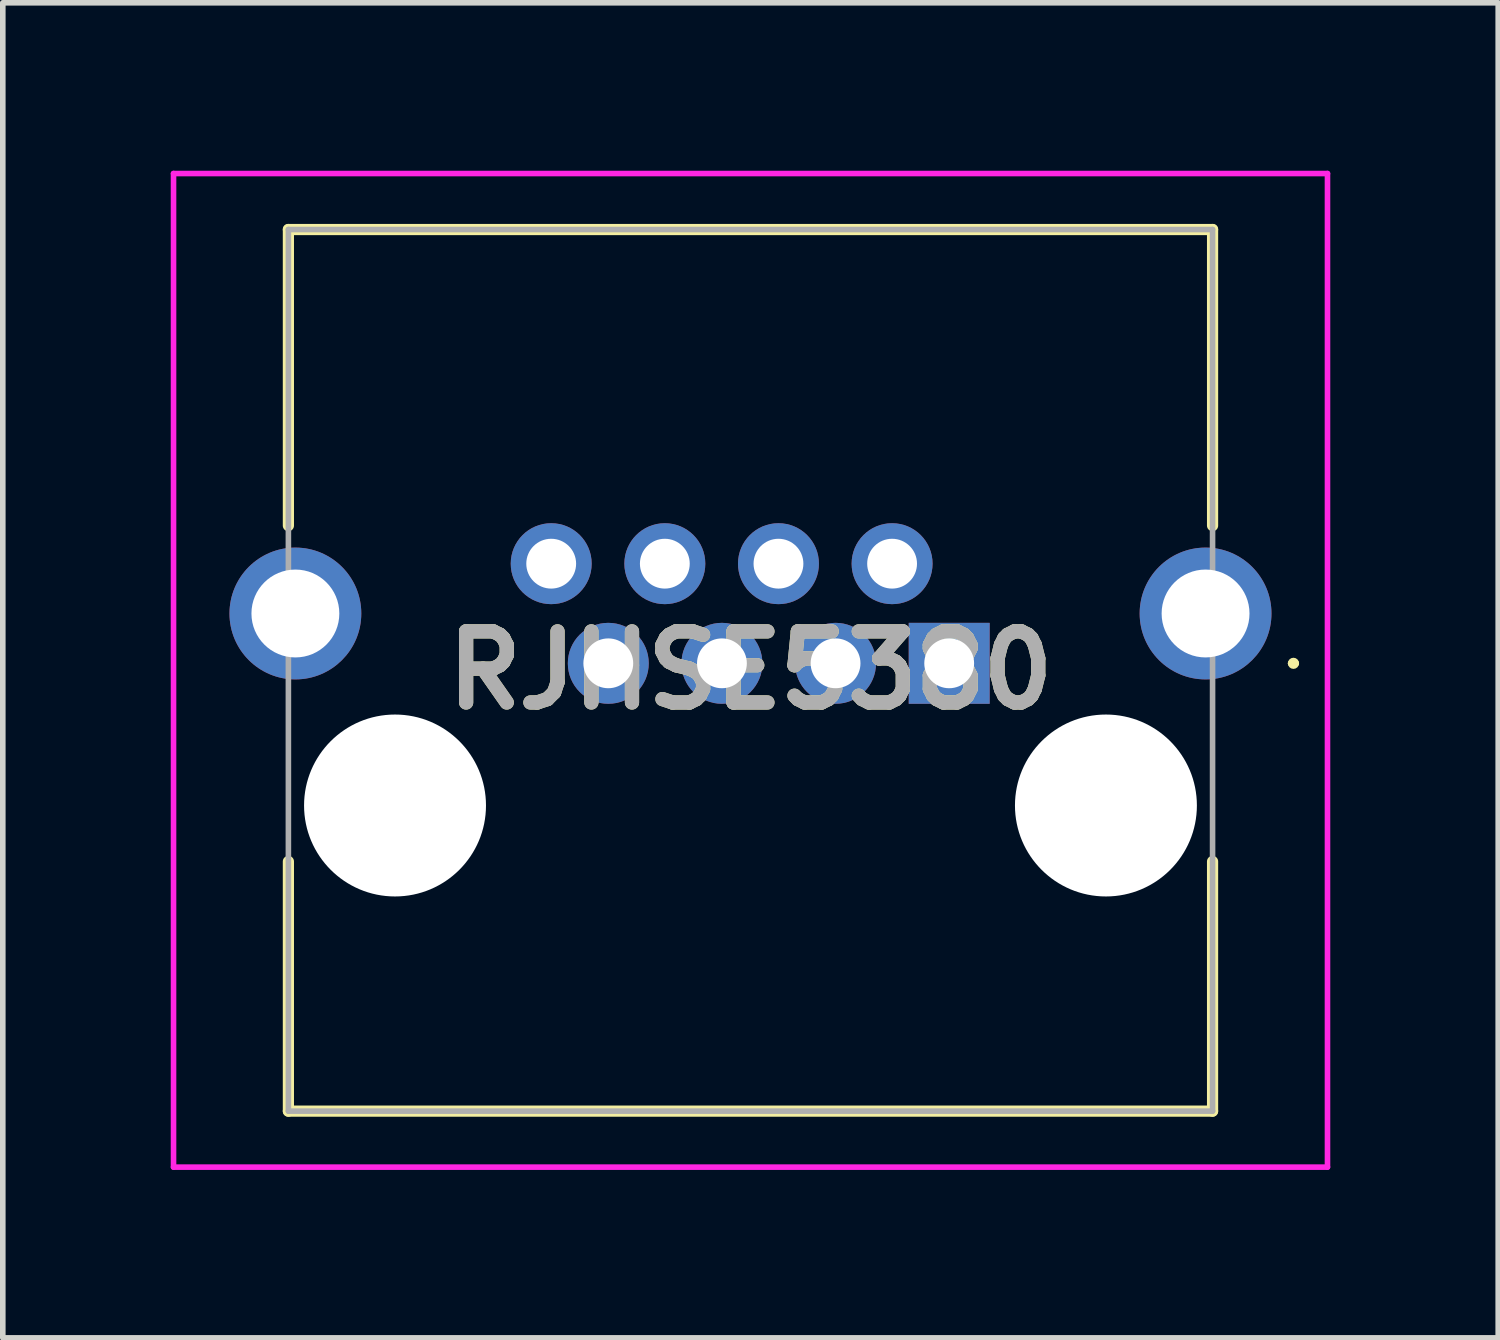
<source format=kicad_pcb>
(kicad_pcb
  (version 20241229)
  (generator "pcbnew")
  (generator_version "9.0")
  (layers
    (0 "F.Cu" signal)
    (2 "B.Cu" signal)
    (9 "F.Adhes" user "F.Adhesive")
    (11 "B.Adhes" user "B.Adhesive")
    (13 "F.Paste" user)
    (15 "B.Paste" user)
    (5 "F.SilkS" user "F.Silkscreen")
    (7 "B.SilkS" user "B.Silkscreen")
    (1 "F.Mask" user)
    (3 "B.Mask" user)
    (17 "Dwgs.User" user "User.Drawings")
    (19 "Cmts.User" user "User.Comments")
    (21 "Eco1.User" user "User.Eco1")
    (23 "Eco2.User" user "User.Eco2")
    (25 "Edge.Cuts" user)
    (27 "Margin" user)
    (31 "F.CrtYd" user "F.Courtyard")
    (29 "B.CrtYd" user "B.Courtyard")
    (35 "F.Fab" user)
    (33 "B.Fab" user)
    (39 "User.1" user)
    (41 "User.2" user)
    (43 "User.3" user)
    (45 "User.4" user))
  (footprint "RJHSE5380"
    (layer "F.Cu")
    (at 13.907 8.8)
    (property "Reference" "RJHSE5380" (at -3.55 0.125 0) (layer "F.SilkS") (effects (font (size 1.27 1.27) (thickness 0.254))))
    (attr through_hole)
    (fp_line (start -11.805 -7.75) (end 4.705 -7.75) (stroke (width 0.2) (type solid)) (layer "F.SilkS"))
    (fp_line (start -11.805 -2.46) (end -11.805 -7.75) (stroke (width 0.2) (type solid)) (layer "F.SilkS"))
    (fp_line (start -11.805 3.54) (end -11.805 8) (stroke (width 0.2) (type solid)) (layer "F.SilkS"))
    (fp_line (start -11.805 8) (end 4.705 8) (stroke (width 0.2) (type solid)) (layer "F.SilkS"))
    (fp_line (start 4.705 -7.75) (end 4.705 -2.46) (stroke (width 0.2) (type solid)) (layer "F.SilkS"))
    (fp_line (start 4.705 8) (end 4.705 3.54) (stroke (width 0.2) (type solid)) (layer "F.SilkS"))
    (fp_line (start 6.1 0) (end 6.1 0) (stroke (width 0.1) (type solid)) (layer "F.SilkS"))
    (fp_line (start 6.2 0) (end 6.2 0) (stroke (width 0.1) (type solid)) (layer "F.SilkS"))
    (fp_arc (start 6.1 0) (mid 6.15 -0.05) (end 6.2 0) (stroke (width 0.1) (type solid)) (layer "F.SilkS"))
    (fp_arc (start 6.2 0) (mid 6.15 0.05) (end 6.1 0) (stroke (width 0.1) (type solid)) (layer "F.SilkS"))
    (fp_line (start -13.857 -8.75) (end 6.758 -8.75) (stroke (width 0.1) (type solid)) (layer "F.CrtYd"))
    (fp_line (start -13.857 9) (end -13.857 -8.75) (stroke (width 0.1) (type solid)) (layer "F.CrtYd"))
    (fp_line (start 6.758 -8.75) (end 6.758 9) (stroke (width 0.1) (type solid)) (layer "F.CrtYd"))
    (fp_line (start 6.758 9) (end -13.857 9) (stroke (width 0.1) (type solid)) (layer "F.CrtYd"))
    (fp_line (start -11.805 -7.75) (end 4.705 -7.75) (stroke (width 0.1) (type solid)) (layer "F.Fab"))
    (fp_line (start -11.805 8) (end -11.805 -7.75) (stroke (width 0.1) (type solid)) (layer "F.Fab"))
    (fp_line (start 4.705 -7.75) (end 4.705 8) (stroke (width 0.1) (type solid)) (layer "F.Fab"))
    (fp_line (start 4.705 8) (end -11.805 8) (stroke (width 0.1) (type solid)) (layer "F.Fab"))
    (fp_text user "${REFERENCE}" (at -3.55 0.125 0) (layer "F.Fab") (effects (font (size 1.27 1.27) (thickness 0.254))))
    (pad "" np_thru_hole circle (at -9.9 2.54) (size 3.25 3.25) (drill 3.25) (layers "*.Cu" "*.Mask"))
    (pad "" np_thru_hole circle (at 2.8 2.54) (size 3.25 3.25) (drill 3.25) (layers "*.Cu" "*.Mask"))
    (pad "1" thru_hole rect (at 0 0) (size 1.446 1.446) (drill 0.89) (layers "*.Cu" "*.Mask"))
    (pad "2" thru_hole circle (at -1.02 -1.78) (size 1.446 1.446) (drill 0.89) (layers "*.Cu" "*.Mask"))
    (pad "3" thru_hole circle (at -2.03 0) (size 1.446 1.446) (drill 0.89) (layers "*.Cu" "*.Mask"))
    (pad "4" thru_hole circle (at -3.05 -1.78) (size 1.446 1.446) (drill 0.89) (layers "*.Cu" "*.Mask"))
    (pad "5" thru_hole circle (at -4.06 0) (size 1.446 1.446) (drill 0.89) (layers "*.Cu" "*.Mask"))
    (pad "6" thru_hole circle (at -5.08 -1.78) (size 1.446 1.446) (drill 0.89) (layers "*.Cu" "*.Mask"))
    (pad "7" thru_hole circle (at -6.09 0) (size 1.446 1.446) (drill 0.89) (layers "*.Cu" "*.Mask"))
    (pad "8" thru_hole circle (at -7.11 -1.78) (size 1.446 1.446) (drill 0.89) (layers "*.Cu" "*.Mask"))
    (pad "9" thru_hole circle (at 4.58 -0.89) (size 2.355 2.355) (drill 1.57) (layers "*.Cu" "*.Mask"))
    (pad "10" thru_hole circle (at -11.68 -0.89) (size 2.355 2.355) (drill 1.57) (layers "*.Cu" "*.Mask")))
  (gr_rect
    (start -3 -3)
    (end 23.715 20.85)
    (stroke (width 0.1) (type default))
    (fill no)
    (layer "Edge.Cuts")))
</source>
